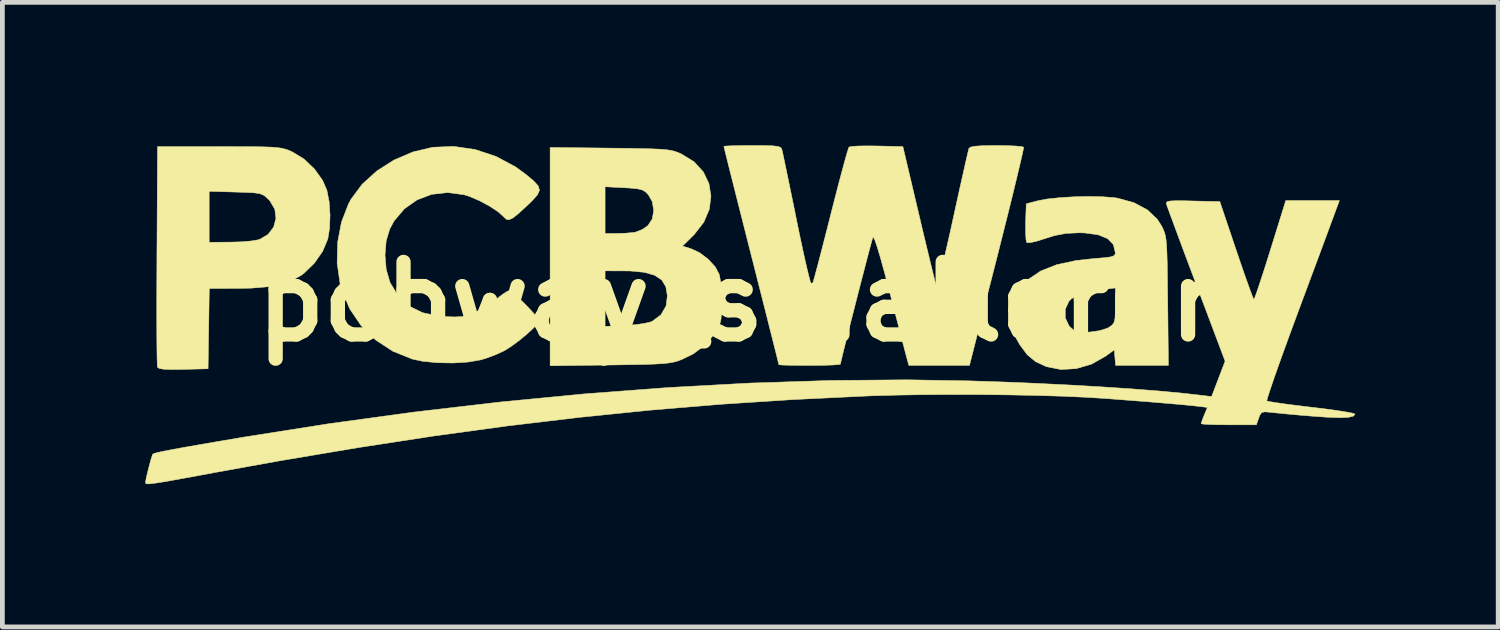
<source format=kicad_pcb>
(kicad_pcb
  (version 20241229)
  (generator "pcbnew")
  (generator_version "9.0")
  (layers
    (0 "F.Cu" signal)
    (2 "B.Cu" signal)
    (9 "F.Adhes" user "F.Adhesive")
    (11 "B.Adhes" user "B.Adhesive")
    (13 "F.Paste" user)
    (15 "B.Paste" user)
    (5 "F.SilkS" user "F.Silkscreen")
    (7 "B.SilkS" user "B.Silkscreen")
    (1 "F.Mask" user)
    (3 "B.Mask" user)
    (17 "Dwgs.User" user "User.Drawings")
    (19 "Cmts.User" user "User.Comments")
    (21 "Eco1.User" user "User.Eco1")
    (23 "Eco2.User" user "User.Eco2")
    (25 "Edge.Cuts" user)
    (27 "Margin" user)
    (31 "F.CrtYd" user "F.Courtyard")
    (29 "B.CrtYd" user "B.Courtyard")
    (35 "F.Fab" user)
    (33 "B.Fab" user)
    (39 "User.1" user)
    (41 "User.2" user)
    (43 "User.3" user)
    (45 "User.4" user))
  (footprint "pcbway_smallerer"
    (layer "F.Cu")
    (at 12.426 3.284)
    (property "Reference" "pcbway_smallerer" (at 0 0 0) (layer "F.SilkS") (effects (font (size 1.524 1.524) (thickness 0.3))))
    (attr through_hole)
    (fp_poly (pts (xy -10.876 -3.256) (xy -10.496 -3.255) (xy -10.196 -3.254) (xy -9.964 -3.251) (xy -9.789 -3.245) (xy -9.657 -3.235) (xy -9.558 -3.221) (xy -9.479 -3.201) (xy -9.408 -3.176) (xy -9.339 -3.145) (xy -9.093 -2.995) (xy -8.873 -2.786) (xy -8.702 -2.546) (xy -8.613 -2.342) (xy -8.565 -2.099) (xy -8.546 -1.815) (xy -8.557 -1.535) (xy -8.593 -1.316) (xy -8.701 -1.058) (xy -8.875 -0.808) (xy -9.092 -0.597) (xy -9.152 -0.553) (xy -9.349 -0.443) (xy -9.579 -0.364) (xy -9.859 -0.312) (xy -10.202 -0.284) (xy -10.517 -0.278) (xy -11.082 -0.277) (xy -11.094 0.566) (xy -11.107 1.409) (xy -11.627 1.422) (xy -11.87 1.425) (xy -12.034 1.419) (xy -12.129 1.404) (xy -12.169 1.378) (xy -12.17 1.375) (xy -12.174 1.319) (xy -12.178 1.179) (xy -12.181 0.965) (xy -12.183 0.686) (xy -12.184 0.35) (xy -12.184 -0.032) (xy -12.183 -0.452) (xy -12.181 -0.9) (xy -12.181 -0.97) (xy -12.179 -1.247) (xy -11.084 -1.247) (xy -10.633 -1.25) (xy -10.419 -1.256) (xy -10.222 -1.272) (xy -10.072 -1.295) (xy -10.026 -1.307) (xy -9.847 -1.412) (xy -9.73 -1.567) (xy -9.682 -1.751) (xy -9.706 -1.941) (xy -9.809 -2.117) (xy -9.831 -2.14) (xy -9.895 -2.202) (xy -9.955 -2.243) (xy -10.03 -2.27) (xy -10.139 -2.285) (xy -10.303 -2.294) (xy -10.53 -2.301) (xy -11.084 -2.317) (xy -11.084 -1.247) (xy -12.179 -1.247) (xy -12.169 -3.256) (xy -10.876 -3.256)) (stroke (width 0.01) (type solid)) (fill yes) (layer "F.SilkS"))
    (fp_poly (pts (xy -5.5 -3.195) (xy -5.062 -3.05) (xy -4.652 -2.831) (xy -4.444 -2.68) (xy -4.273 -2.538) (xy -4.175 -2.431) (xy -4.148 -2.339) (xy -4.192 -2.241) (xy -4.306 -2.115) (xy -4.419 -2.007) (xy -4.584 -1.855) (xy -4.7 -1.762) (xy -4.779 -1.722) (xy -4.837 -1.726) (xy -4.888 -1.769) (xy -4.894 -1.776) (xy -5.016 -1.887) (xy -5.197 -2.006) (xy -5.407 -2.119) (xy -5.617 -2.209) (xy -5.731 -2.245) (xy -6.079 -2.291) (xy -6.413 -2.253) (xy -6.719 -2.137) (xy -6.986 -1.949) (xy -7.2 -1.696) (xy -7.293 -1.524) (xy -7.368 -1.271) (xy -7.392 -0.977) (xy -7.367 -0.68) (xy -7.292 -0.418) (xy -7.281 -0.392) (xy -7.109 -0.113) (xy -6.884 0.094) (xy -6.602 0.232) (xy -6.258 0.305) (xy -6.135 0.314) (xy -5.927 0.321) (xy -5.777 0.314) (xy -5.654 0.287) (xy -5.525 0.237) (xy -5.489 0.22) (xy -5.305 0.121) (xy -5.119 -0.002) (xy -5.041 -0.062) (xy -4.922 -0.155) (xy -4.826 -0.216) (xy -4.786 -0.231) (xy -4.728 -0.199) (xy -4.629 -0.117) (xy -4.506 -0.002) (xy -4.379 0.126) (xy -4.266 0.249) (xy -4.186 0.347) (xy -4.156 0.402) (xy -4.191 0.464) (xy -4.284 0.563) (xy -4.416 0.684) (xy -4.569 0.811) (xy -4.726 0.928) (xy -4.868 1.019) (xy -4.89 1.032) (xy -5.066 1.113) (xy -5.273 1.19) (xy -5.382 1.222) (xy -5.647 1.268) (xy -5.963 1.288) (xy -6.294 1.282) (xy -6.604 1.251) (xy -6.817 1.206) (xy -7.224 1.043) (xy -7.586 0.807) (xy -7.892 0.506) (xy -8.133 0.151) (xy -8.3 -0.248) (xy -8.334 -0.373) (xy -8.397 -0.809) (xy -8.386 -1.248) (xy -8.306 -1.671) (xy -8.157 -2.056) (xy -8.104 -2.153) (xy -7.869 -2.468) (xy -7.563 -2.745) (xy -7.203 -2.974) (xy -6.806 -3.144) (xy -6.391 -3.242) (xy -5.949 -3.26) (xy -5.5 -3.195)) (stroke (width 0.01) (type solid)) (fill yes) (layer "F.SilkS"))
    (fp_poly (pts (xy -2.667 -3.224) (xy -2.292 -3.219) (xy -1.996 -3.214) (xy -1.769 -3.208) (xy -1.596 -3.2) (xy -1.467 -3.188) (xy -1.369 -3.172) (xy -1.29 -3.15) (xy -1.216 -3.122) (xy -1.166 -3.1) (xy -0.901 -2.936) (xy -0.709 -2.726) (xy -0.59 -2.48) (xy -0.548 -2.214) (xy -0.583 -1.938) (xy -0.698 -1.668) (xy -0.895 -1.415) (xy -0.906 -1.403) (xy -1.146 -1.167) (xy -0.975 -1.115) (xy -0.786 -1.028) (xy -0.605 -0.891) (xy -0.458 -0.731) (xy -0.373 -0.57) (xy -0.371 -0.563) (xy -0.349 -0.438) (xy -0.333 -0.254) (xy -0.324 -0.044) (xy -0.324 0.026) (xy -0.326 0.232) (xy -0.338 0.375) (xy -0.365 0.483) (xy -0.414 0.584) (xy -0.457 0.655) (xy -0.658 0.901) (xy -0.918 1.096) (xy -1.163 1.215) (xy -1.243 1.245) (xy -1.325 1.268) (xy -1.423 1.286) (xy -1.548 1.3) (xy -1.713 1.31) (xy -1.93 1.318) (xy -2.212 1.323) (xy -2.57 1.329) (xy -2.667 1.33) (xy -3.925 1.346) (xy -3.925 0.519) (xy -2.771 0.519) (xy -2.344 0.499) (xy -2.13 0.483) (xy -1.942 0.456) (xy -1.808 0.424) (xy -1.782 0.413) (xy -1.598 0.276) (xy -1.49 0.089) (xy -1.463 -0.124) (xy -1.495 -0.313) (xy -1.581 -0.455) (xy -1.729 -0.554) (xy -1.945 -0.616) (xy -2.238 -0.644) (xy -2.39 -0.646) (xy -2.771 -0.647) (xy -2.771 0.519) (xy -3.925 0.519) (xy -3.925 -1.432) (xy -2.771 -1.432) (xy -2.523 -1.432) (xy -2.35 -1.437) (xy -2.19 -1.451) (xy -2.131 -1.46) (xy -1.992 -1.514) (xy -1.871 -1.597) (xy -1.779 -1.74) (xy -1.749 -1.919) (xy -1.782 -2.104) (xy -1.863 -2.245) (xy -1.924 -2.307) (xy -1.993 -2.347) (xy -2.093 -2.37) (xy -2.249 -2.385) (xy -2.371 -2.392) (xy -2.771 -2.413) (xy -2.771 -1.432) (xy -3.925 -1.432) (xy -3.925 -3.238) (xy -2.667 -3.224)) (stroke (width 0.01) (type solid)) (fill yes) (layer "F.SilkS"))
    (fp_poly (pts (xy 7.673 -2.203) (xy 7.915 -2.185) (xy 7.991 -2.173) (xy 8.335 -2.078) (xy 8.616 -1.928) (xy 8.826 -1.728) (xy 8.911 -1.595) (xy 8.945 -1.527) (xy 8.971 -1.463) (xy 8.992 -1.391) (xy 9.008 -1.299) (xy 9.019 -1.177) (xy 9.027 -1.012) (xy 9.033 -0.793) (xy 9.037 -0.509) (xy 9.041 -0.147) (xy 9.043 -0.013) (xy 9.057 1.339) (xy 7.949 1.339) (xy 7.935 1.175) (xy 7.92 1.012) (xy 7.735 1.147) (xy 7.443 1.312) (xy 7.124 1.406) (xy 6.801 1.425) (xy 6.497 1.365) (xy 6.491 1.363) (xy 6.268 1.259) (xy 6.093 1.114) (xy 5.936 0.903) (xy 5.935 0.901) (xy 5.862 0.772) (xy 5.82 0.657) (xy 5.802 0.52) (xy 5.797 0.327) (xy 5.797 0.323) (xy 5.801 0.159) (xy 6.891 0.159) (xy 6.892 0.34) (xy 6.969 0.504) (xy 7 0.538) (xy 7.076 0.604) (xy 7.155 0.637) (xy 7.269 0.645) (xy 7.404 0.638) (xy 7.608 0.61) (xy 7.77 0.56) (xy 7.816 0.535) (xy 7.88 0.488) (xy 7.917 0.433) (xy 7.936 0.348) (xy 7.943 0.208) (xy 7.943 0.082) (xy 7.943 -0.288) (xy 7.678 -0.256) (xy 7.381 -0.208) (xy 7.165 -0.144) (xy 7.019 -0.059) (xy 6.97 -0.009) (xy 6.891 0.159) (xy 5.801 0.159) (xy 5.801 0.129) (xy 5.82 -0.009) (xy 5.861 -0.124) (xy 5.933 -0.251) (xy 5.935 -0.254) (xy 6.12 -0.471) (xy 6.376 -0.644) (xy 6.709 -0.775) (xy 7.119 -0.864) (xy 7.513 -0.907) (xy 7.716 -0.923) (xy 7.843 -0.94) (xy 7.912 -0.963) (xy 7.939 -0.996) (xy 7.943 -1.026) (xy 7.903 -1.197) (xy 7.782 -1.323) (xy 7.58 -1.405) (xy 7.297 -1.443) (xy 7.182 -1.446) (xy 6.911 -1.434) (xy 6.671 -1.389) (xy 6.467 -1.325) (xy 6.3 -1.272) (xy 6.167 -1.241) (xy 6.091 -1.237) (xy 6.084 -1.241) (xy 6.068 -1.302) (xy 6.059 -1.43) (xy 6.058 -1.603) (xy 6.059 -1.667) (xy 6.073 -2.055) (xy 6.304 -2.116) (xy 6.506 -2.155) (xy 6.772 -2.183) (xy 7.074 -2.202) (xy 7.384 -2.209) (xy 7.673 -2.203)) (stroke (width 0.01) (type solid)) (fill yes) (layer "F.SilkS"))
    (fp_poly (pts (xy 5.661 -3.276) (xy 5.841 -3.269) (xy 5.966 -3.258) (xy 6.018 -3.244) (xy 6.018 -3.244) (xy 6.01 -3.194) (xy 5.982 -3.063) (xy 5.935 -2.86) (xy 5.871 -2.592) (xy 5.793 -2.27) (xy 5.702 -1.901) (xy 5.6 -1.494) (xy 5.49 -1.058) (xy 5.459 -0.935) (xy 4.88 1.339) (xy 3.607 1.339) (xy 3.566 1.189) (xy 3.544 1.106) (xy 3.502 0.946) (xy 3.444 0.723) (xy 3.374 0.451) (xy 3.294 0.143) (xy 3.208 -0.188) (xy 3.206 -0.197) (xy 3.101 -0.595) (xy 3.014 -0.912) (xy 2.944 -1.145) (xy 2.893 -1.294) (xy 2.861 -1.355) (xy 2.852 -1.352) (xy 2.834 -1.291) (xy 2.797 -1.156) (xy 2.745 -0.96) (xy 2.682 -0.717) (xy 2.61 -0.44) (xy 2.534 -0.145) (xy 2.457 0.157) (xy 2.382 0.45) (xy 2.314 0.721) (xy 2.255 0.957) (xy 2.209 1.143) (xy 2.18 1.267) (xy 2.171 1.312) (xy 2.127 1.322) (xy 2.008 1.33) (xy 1.829 1.336) (xy 1.608 1.339) (xy 1.524 1.339) (xy 1.292 1.338) (xy 1.096 1.335) (xy 0.955 1.331) (xy 0.883 1.325) (xy 0.877 1.323) (xy 0.866 1.276) (xy 0.835 1.149) (xy 0.785 0.948) (xy 0.718 0.684) (xy 0.638 0.364) (xy 0.545 -0.003) (xy 0.442 -0.408) (xy 0.332 -0.844) (xy 0.3 -0.968) (xy 0.188 -1.41) (xy 0.083 -1.825) (xy -0.013 -2.204) (xy -0.097 -2.538) (xy -0.168 -2.818) (xy -0.222 -3.037) (xy -0.259 -3.186) (xy -0.276 -3.256) (xy -0.277 -3.261) (xy -0.234 -3.267) (xy -0.115 -3.273) (xy 0.061 -3.277) (xy 0.278 -3.279) (xy 0.32 -3.279) (xy 0.567 -3.278) (xy 0.737 -3.273) (xy 0.845 -3.262) (xy 0.906 -3.243) (xy 0.934 -3.215) (xy 0.941 -3.198) (xy 0.956 -3.134) (xy 0.986 -2.991) (xy 1.03 -2.781) (xy 1.085 -2.516) (xy 1.149 -2.206) (xy 1.219 -1.864) (xy 1.253 -1.695) (xy 1.324 -1.35) (xy 1.391 -1.039) (xy 1.451 -0.772) (xy 1.502 -0.559) (xy 1.541 -0.411) (xy 1.566 -0.338) (xy 1.573 -0.333) (xy 1.592 -0.391) (xy 1.63 -0.527) (xy 1.685 -0.731) (xy 1.753 -0.99) (xy 1.831 -1.293) (xy 1.917 -1.63) (xy 1.96 -1.801) (xy 2.049 -2.148) (xy 2.131 -2.467) (xy 2.205 -2.745) (xy 2.267 -2.973) (xy 2.314 -3.138) (xy 2.344 -3.231) (xy 2.351 -3.246) (xy 2.408 -3.259) (xy 2.539 -3.268) (xy 2.722 -3.271) (xy 2.934 -3.269) (xy 3.482 -3.256) (xy 3.82 -1.824) (xy 3.903 -1.472) (xy 3.981 -1.146) (xy 4.05 -0.86) (xy 4.108 -0.623) (xy 4.152 -0.447) (xy 4.179 -0.344) (xy 4.185 -0.323) (xy 4.201 -0.35) (xy 4.234 -0.456) (xy 4.28 -0.633) (xy 4.339 -0.87) (xy 4.406 -1.158) (xy 4.481 -1.486) (xy 4.529 -1.706) (xy 4.607 -2.061) (xy 4.679 -2.389) (xy 4.744 -2.677) (xy 4.797 -2.915) (xy 4.838 -3.092) (xy 4.863 -3.196) (xy 4.869 -3.219) (xy 4.906 -3.246) (xy 4.999 -3.264) (xy 5.159 -3.275) (xy 5.398 -3.279) (xy 5.445 -3.279) (xy 5.661 -3.276)) (stroke (width 0.01) (type solid)) (fill yes) (layer "F.SilkS"))
    (fp_poly (pts (xy 12.525 -1.79) (xy 12.481 -1.672) (xy 12.41 -1.479) (xy 12.315 -1.223) (xy 12.201 -0.915) (xy 12.071 -0.567) (xy 11.931 -0.19) (xy 11.784 0.204) (xy 11.749 0.3) (xy 11.608 0.681) (xy 11.479 1.036) (xy 11.365 1.353) (xy 11.269 1.625) (xy 11.195 1.843) (xy 11.146 1.995) (xy 11.124 2.075) (xy 11.124 2.084) (xy 11.177 2.098) (xy 11.307 2.119) (xy 11.5 2.147) (xy 11.742 2.178) (xy 12.018 2.212) (xy 12.065 2.217) (xy 12.343 2.251) (xy 12.587 2.284) (xy 12.783 2.315) (xy 12.917 2.34) (xy 12.976 2.359) (xy 12.977 2.361) (xy 12.943 2.403) (xy 12.839 2.428) (xy 12.658 2.436) (xy 12.397 2.427) (xy 12.085 2.405) (xy 11.828 2.384) (xy 11.585 2.362) (xy 11.38 2.342) (xy 11.238 2.328) (xy 11.217 2.325) (xy 11.086 2.313) (xy 11.016 2.328) (xy 10.976 2.384) (xy 10.954 2.443) (xy 10.904 2.586) (xy 10.324 2.586) (xy 10.105 2.584) (xy 9.924 2.579) (xy 9.798 2.572) (xy 9.745 2.563) (xy 9.744 2.562) (xy 9.761 2.507) (xy 9.8 2.403) (xy 9.81 2.379) (xy 9.876 2.221) (xy 9.683 2.197) (xy 9.534 2.181) (xy 9.304 2.159) (xy 9.002 2.133) (xy 8.64 2.103) (xy 8.227 2.071) (xy 7.774 2.036) (xy 7.689 2.03) (xy 7.288 2.006) (xy 6.813 1.985) (xy 6.28 1.969) (xy 5.707 1.958) (xy 5.112 1.951) (xy 4.512 1.95) (xy 3.924 1.953) (xy 3.367 1.962) (xy 2.857 1.976) (xy 2.702 1.982) (xy 1.174 2.056) (xy -0.329 2.154) (xy -1.82 2.278) (xy -3.314 2.43) (xy -4.826 2.61) (xy -6.369 2.821) (xy -7.957 3.065) (xy -9.605 3.342) (xy -10.935 3.582) (xy -11.342 3.658) (xy -11.667 3.717) (xy -11.92 3.763) (xy -12.11 3.795) (xy -12.244 3.815) (xy -12.334 3.825) (xy -12.387 3.826) (xy -12.413 3.818) (xy -12.421 3.805) (xy -12.421 3.798) (xy -12.409 3.723) (xy -12.381 3.597) (xy -12.344 3.453) (xy -12.308 3.318) (xy -12.278 3.225) (xy -12.267 3.2) (xy -12.235 3.186) (xy -12.158 3.165) (xy -12.03 3.138) (xy -11.843 3.102) (xy -11.592 3.056) (xy -11.27 3) (xy -10.87 2.931) (xy -10.386 2.849) (xy -10.345 2.842) (xy -8.564 2.562) (xy -6.771 2.317) (xy -4.978 2.108) (xy -3.197 1.936) (xy -1.439 1.803) (xy 0.282 1.709) (xy 1.956 1.655) (xy 3.57 1.641) (xy 4.869 1.663) (xy 5.572 1.686) (xy 6.273 1.715) (xy 6.962 1.749) (xy 7.623 1.787) (xy 8.245 1.828) (xy 8.814 1.872) (xy 9.316 1.918) (xy 9.74 1.965) (xy 9.75 1.966) (xy 9.964 1.993) (xy 10.106 1.622) (xy 10.248 1.25) (xy 9.644 -0.356) (xy 9.506 -0.723) (xy 9.378 -1.065) (xy 9.264 -1.372) (xy 9.167 -1.634) (xy 9.091 -1.84) (xy 9.04 -1.98) (xy 9.017 -2.044) (xy 9.017 -2.045) (xy 9.014 -2.079) (xy 9.037 -2.102) (xy 9.1 -2.114) (xy 9.217 -2.119) (xy 9.404 -2.118) (xy 9.565 -2.114) (xy 10.137 -2.101) (xy 10.483 -1.074) (xy 10.582 -0.784) (xy 10.671 -0.526) (xy 10.748 -0.312) (xy 10.806 -0.153) (xy 10.843 -0.063) (xy 10.853 -0.046) (xy 10.872 -0.088) (xy 10.915 -0.207) (xy 10.976 -0.389) (xy 11.053 -0.623) (xy 11.14 -0.896) (xy 11.199 -1.085) (xy 11.522 -2.124) (xy 12.648 -2.124) (xy 12.525 -1.79)) (stroke (width 0.01) (type solid)) (fill yes) (layer "F.SilkS")))
  (gr_rect
    (start -3 -3)
    (end 28.408 10.114)
    (stroke (width 0.1) (type default))
    (fill no)
    (layer "Edge.Cuts")))
</source>
